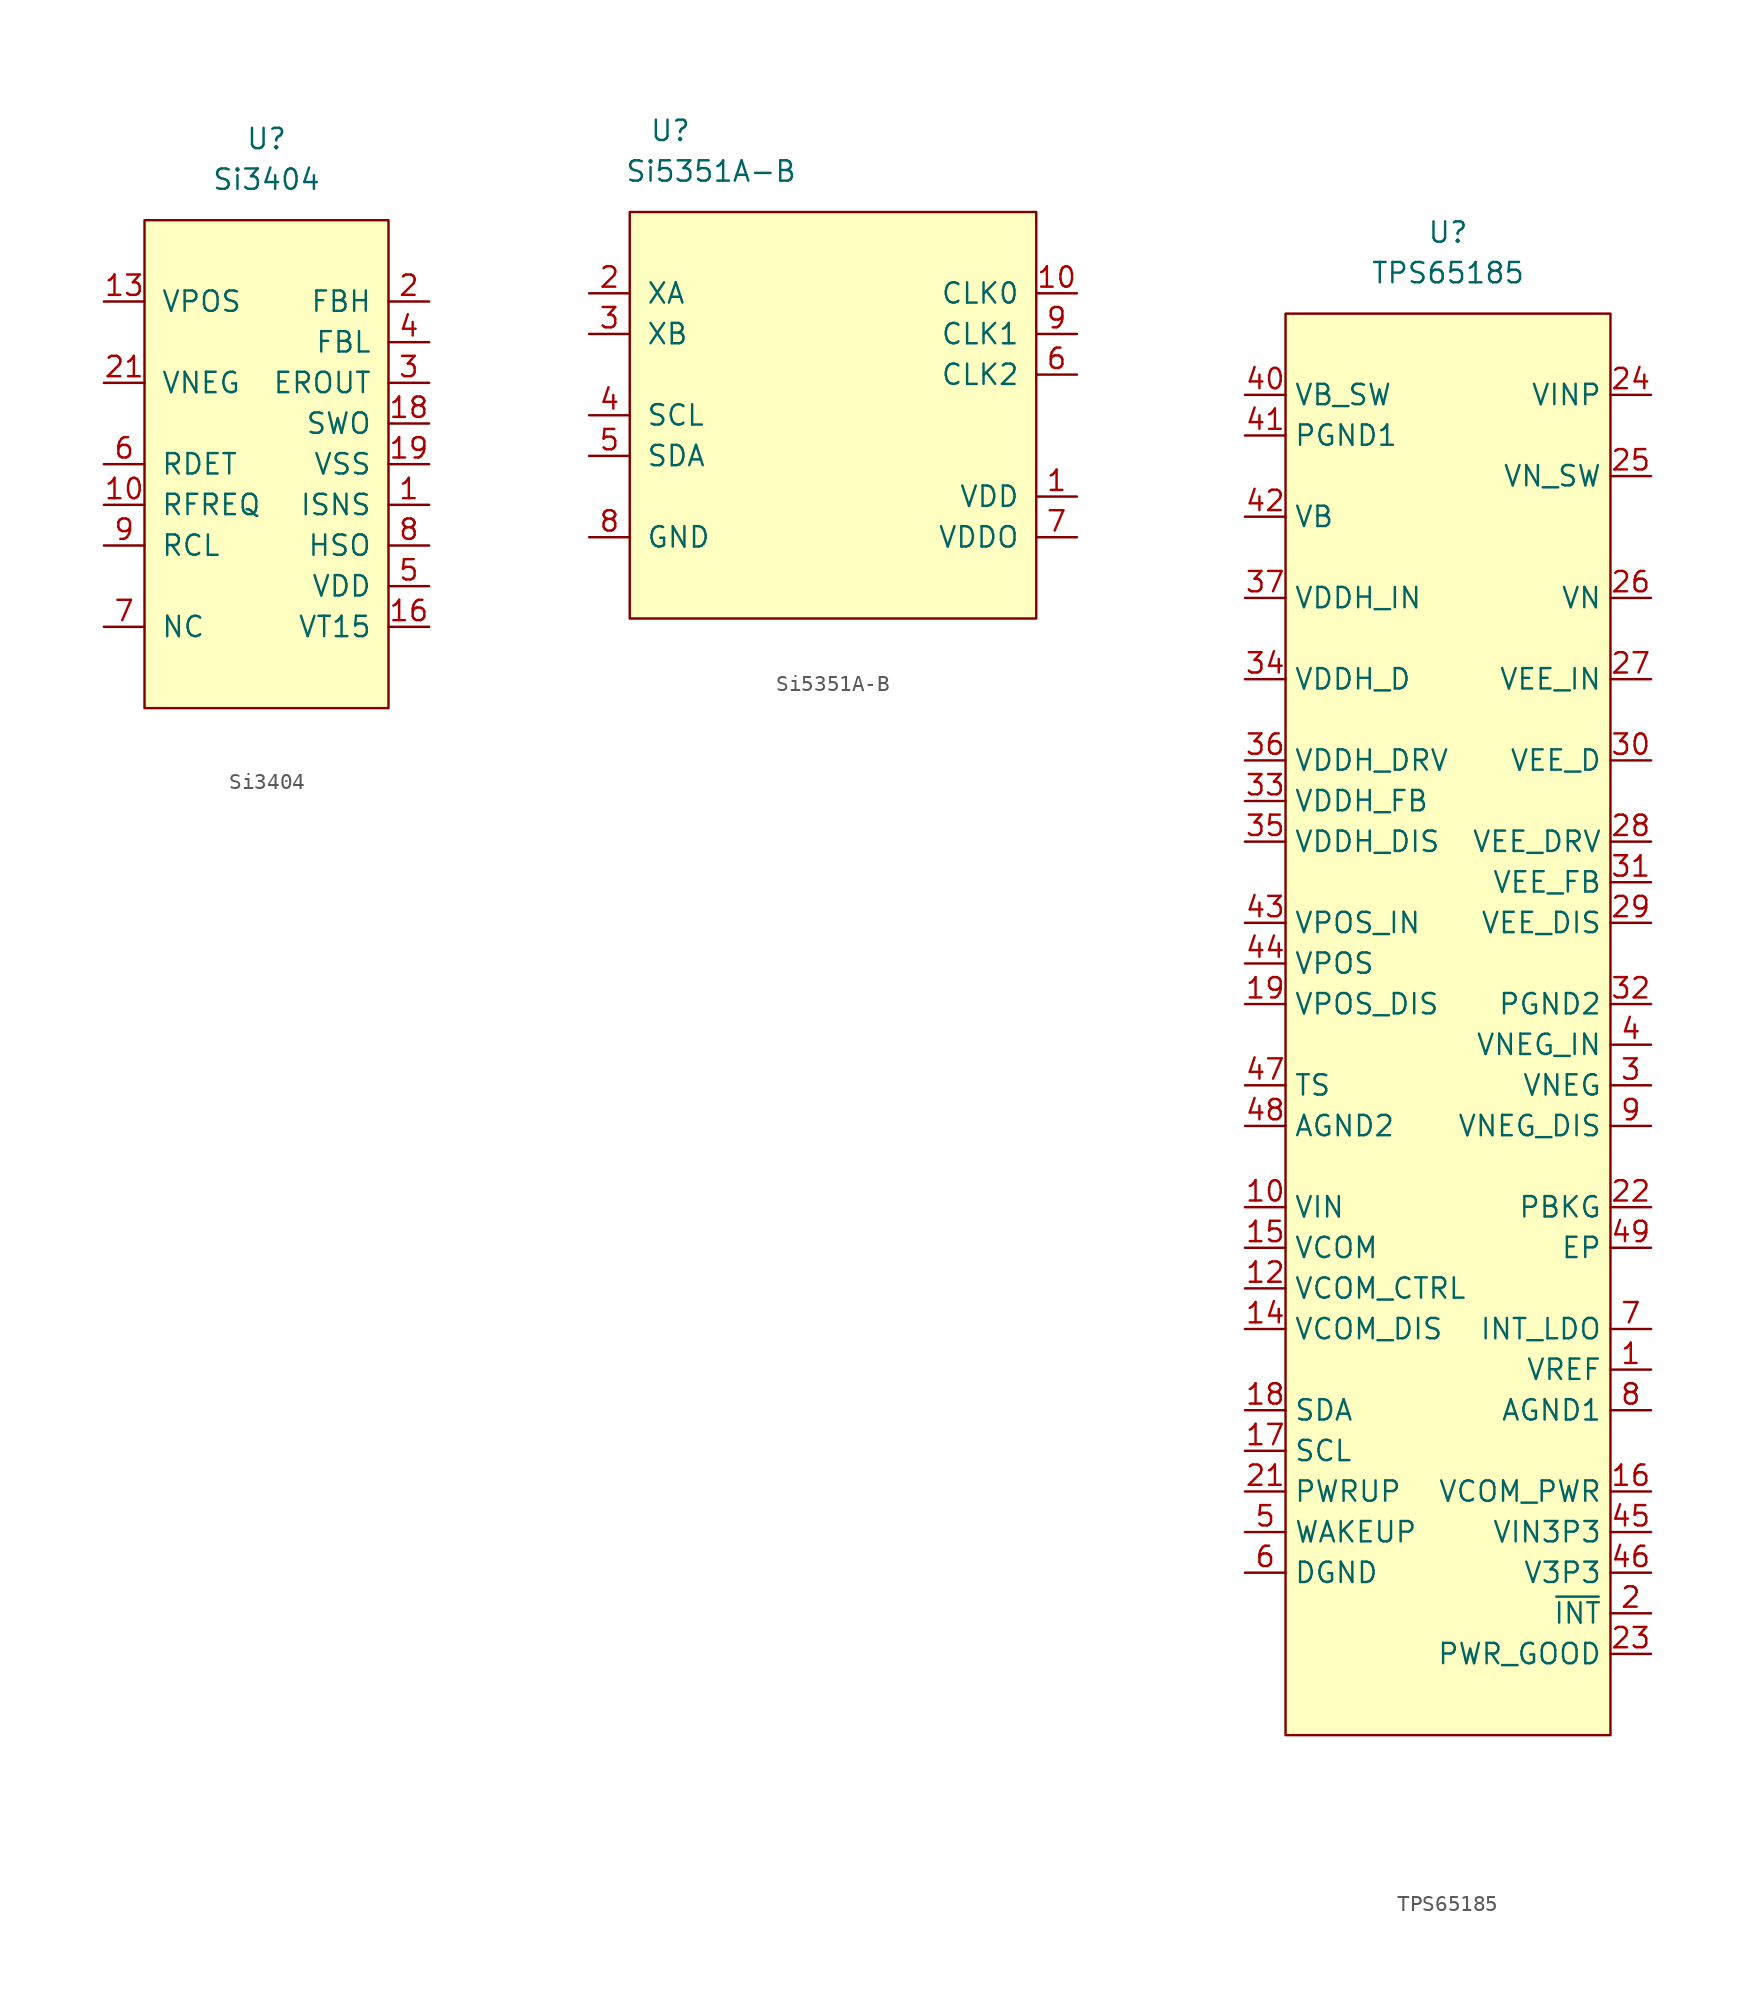
<source format=kicad_sym>
(kicad_symbol_lib
  (version 20211014)
  (generator kicad_symbol_editor)
  (symbol "Si3404"
    (pin_names
      (offset 1.016))
    (property "Reference" "U"
      (at 0 5.08 0)
      (effects (font (size 1.27 1.27))))
    (property "Value" "Si3404"
      (at 0 2.54 0)
      (effects (font (size 1.27 1.27))))
    (symbol "Si3404_0_1"
      (rectangle (start -7.62 0) (end 7.62 -30.48) (stroke (width 0) (type default) (color 0 0 0 0)) (fill (type background))))
    (symbol "Si3404_1_1"
      (pin input line (at 10.16 -17.78 180) (length 2.54) (name "ISNS" (effects (font (size 1.27 1.27)))) (number "1" (effects (font (size 1.27 1.27)))))
      (pin bidirectional line (at -10.16 -17.78 0) (length 2.54) (name "RFREQ" (effects (font (size 1.27 1.27)))) (number "10" (effects (font (size 1.27 1.27)))))
      (pin bidirectional line (at -10.16 -25.4 0) (length 2.54) hide (name "NC" (effects (font (size 1.27 1.27)))) (number "11" (effects (font (size 1.27 1.27)))))
      (pin bidirectional line (at -10.16 -25.4 0) (length 2.54) hide (name "NC" (effects (font (size 1.27 1.27)))) (number "12" (effects (font (size 1.27 1.27)))))
      (pin bidirectional line (at -10.16 -5.08 0) (length 2.54) (name "VPOS" (effects (font (size 1.27 1.27)))) (number "13" (effects (font (size 1.27 1.27)))))
      (pin bidirectional line (at -10.16 -25.4 0) (length 2.54) hide (name "NC" (effects (font (size 1.27 1.27)))) (number "14" (effects (font (size 1.27 1.27)))))
      (pin bidirectional line (at -10.16 -25.4 0) (length 2.54) hide (name "NC" (effects (font (size 1.27 1.27)))) (number "15" (effects (font (size 1.27 1.27)))))
      (pin input line (at 10.16 -25.4 180) (length 2.54) (name "VT15" (effects (font (size 1.27 1.27)))) (number "16" (effects (font (size 1.27 1.27)))))
      (pin bidirectional line (at -10.16 -25.4 0) (length 2.54) hide (name "NC" (effects (font (size 1.27 1.27)))) (number "17" (effects (font (size 1.27 1.27)))))
      (pin output line (at 10.16 -12.7 180) (length 2.54) (name "SWO" (effects (font (size 1.27 1.27)))) (number "18" (effects (font (size 1.27 1.27)))))
      (pin bidirectional line (at 10.16 -15.24 180) (length 2.54) (name "VSS" (effects (font (size 1.27 1.27)))) (number "19" (effects (font (size 1.27 1.27)))))
      (pin input line (at 10.16 -5.08 180) (length 2.54) (name "FBH" (effects (font (size 1.27 1.27)))) (number "2" (effects (font (size 1.27 1.27)))))
      (pin bidirectional line (at -10.16 -25.4 0) (length 2.54) hide (name "NC" (effects (font (size 1.27 1.27)))) (number "20" (effects (font (size 1.27 1.27)))))
      (pin bidirectional line (at -10.16 -10.16 0) (length 2.54) (name "VNEG" (effects (font (size 1.27 1.27)))) (number "21" (effects (font (size 1.27 1.27)))))
      (pin bidirectional line (at 10.16 -10.16 180) (length 2.54) (name "EROUT" (effects (font (size 1.27 1.27)))) (number "3" (effects (font (size 1.27 1.27)))))
      (pin input line (at 10.16 -7.62 180) (length 2.54) (name "FBL" (effects (font (size 1.27 1.27)))) (number "4" (effects (font (size 1.27 1.27)))))
      (pin output line (at 10.16 -22.86 180) (length 2.54) (name "VDD" (effects (font (size 1.27 1.27)))) (number "5" (effects (font (size 1.27 1.27)))))
      (pin bidirectional line (at -10.16 -15.24 0) (length 2.54) (name "RDET" (effects (font (size 1.27 1.27)))) (number "6" (effects (font (size 1.27 1.27)))))
      (pin bidirectional line (at -10.16 -25.4 0) (length 2.54) (name "NC" (effects (font (size 1.27 1.27)))) (number "7" (effects (font (size 1.27 1.27)))))
      (pin bidirectional line (at 10.16 -20.32 180) (length 2.54) (name "HSO" (effects (font (size 1.27 1.27)))) (number "8" (effects (font (size 1.27 1.27)))))
      (pin bidirectional line (at -10.16 -20.32 0) (length 2.54) (name "RCL" (effects (font (size 1.27 1.27)))) (number "9" (effects (font (size 1.27 1.27)))))))
  (symbol "Si5351A-B"
    (pin_names
      (offset 1.016))
    (property "Reference" "U"
      (at -10.16 17.78 0)
      (effects (font (size 1.27 1.27))))
    (property "Value" "Si5351A-B"
      (at -7.62 15.24 0)
      (effects (font (size 1.27 1.27))))
    (symbol "Si5351A-B_0_1"
      (rectangle (start -12.7 12.7) (end 12.7 -12.7) (stroke (width 0) (type default) (color 0 0 0 0)) (fill (type background))))
    (symbol "Si5351A-B_1_1"
      (pin power_in line (at 15.24 -5.08 180) (length 2.54) (name "VDD" (effects (font (size 1.27 1.27)))) (number "1" (effects (font (size 1.27 1.27)))))
      (pin output line (at 15.24 7.62 180) (length 2.54) (name "CLK0" (effects (font (size 1.27 1.27)))) (number "10" (effects (font (size 1.27 1.27)))))
      (pin input line (at -15.24 7.62 0) (length 2.54) (name "XA" (effects (font (size 1.27 1.27)))) (number "2" (effects (font (size 1.27 1.27)))))
      (pin input line (at -15.24 5.08 0) (length 2.54) (name "XB" (effects (font (size 1.27 1.27)))) (number "3" (effects (font (size 1.27 1.27)))))
      (pin input line (at -15.24 0 0) (length 2.54) (name "SCL" (effects (font (size 1.27 1.27)))) (number "4" (effects (font (size 1.27 1.27)))))
      (pin bidirectional line (at -15.24 -2.54 0) (length 2.54) (name "SDA" (effects (font (size 1.27 1.27)))) (number "5" (effects (font (size 1.27 1.27)))))
      (pin output line (at 15.24 2.54 180) (length 2.54) (name "CLK2" (effects (font (size 1.27 1.27)))) (number "6" (effects (font (size 1.27 1.27)))))
      (pin power_in line (at 15.24 -7.62 180) (length 2.54) (name "VDDO" (effects (font (size 1.27 1.27)))) (number "7" (effects (font (size 1.27 1.27)))))
      (pin power_in line (at -15.24 -7.62 0) (length 2.54) (name "GND" (effects (font (size 1.27 1.27)))) (number "8" (effects (font (size 1.27 1.27)))))
      (pin output line (at 15.24 5.08 180) (length 2.54) (name "CLK1" (effects (font (size 1.27 1.27)))) (number "9" (effects (font (size 1.27 1.27)))))))
  (symbol "TPS65185"
    (property "Reference" "U"
      (at 0 0 0)
      (effects (font (size 1.27 1.27))))
    (property "Value" "TPS65185"
      (at 0 -2.54 0)
      (effects (font (size 1.27 1.27))))
    (symbol "TPS65185_0_1"
      (rectangle (start -10.16 -5.08) (end 10.16 -93.98) (stroke (width 0.152) (type default) (color 0 0 0 0)) (fill (type background))))
    (symbol "TPS65185_1_1"
      (pin input line (at 12.7 -71.12 180) (length 2.54) (name "VREF" (effects (font (size 1.27 1.27)))) (number "1" (effects (font (size 1.27 1.27)))))
      (pin input line (at -12.7 -60.96 0) (length 2.54) (name "VIN" (effects (font (size 1.27 1.27)))) (number "10" (effects (font (size 1.27 1.27)))))
      (pin input line (at -12.7 -88.9 0) (length 2.54) hide (name "NC" (effects (font (size 1.27 1.27)))) (number "11" (effects (font (size 1.27 1.27)))))
      (pin input line (at -12.7 -66.04 0) (length 2.54) (name "VCOM_CTRL" (effects (font (size 1.27 1.27)))) (number "12" (effects (font (size 1.27 1.27)))))
      (pin input line (at -12.7 -88.9 0) (length 2.54) hide (name "NC" (effects (font (size 1.27 1.27)))) (number "13" (effects (font (size 1.27 1.27)))))
      (pin input line (at -12.7 -68.58 0) (length 2.54) (name "VCOM_DIS" (effects (font (size 1.27 1.27)))) (number "14" (effects (font (size 1.27 1.27)))))
      (pin input line (at -12.7 -63.5 0) (length 2.54) (name "VCOM" (effects (font (size 1.27 1.27)))) (number "15" (effects (font (size 1.27 1.27)))))
      (pin input line (at 12.7 -78.74 180) (length 2.54) (name "VCOM_PWR" (effects (font (size 1.27 1.27)))) (number "16" (effects (font (size 1.27 1.27)))))
      (pin input line (at -12.7 -76.2 0) (length 2.54) (name "SCL" (effects (font (size 1.27 1.27)))) (number "17" (effects (font (size 1.27 1.27)))))
      (pin input line (at -12.7 -73.66 0) (length 2.54) (name "SDA" (effects (font (size 1.27 1.27)))) (number "18" (effects (font (size 1.27 1.27)))))
      (pin input line (at -12.7 -48.26 0) (length 2.54) (name "VPOS_DIS" (effects (font (size 1.27 1.27)))) (number "19" (effects (font (size 1.27 1.27)))))
      (pin input line (at 12.7 -86.36 180) (length 2.54) (name "~{INT}" (effects (font (size 1.27 1.27)))) (number "2" (effects (font (size 1.27 1.27)))))
      (pin input line (at -12.7 -88.9 0) (length 2.54) hide (name "NC" (effects (font (size 1.27 1.27)))) (number "20" (effects (font (size 1.27 1.27)))))
      (pin input line (at -12.7 -78.74 0) (length 2.54) (name "PWRUP" (effects (font (size 1.27 1.27)))) (number "21" (effects (font (size 1.27 1.27)))))
      (pin input line (at 12.7 -60.96 180) (length 2.54) (name "PBKG" (effects (font (size 1.27 1.27)))) (number "22" (effects (font (size 1.27 1.27)))))
      (pin input line (at 12.7 -88.9 180) (length 2.54) (name "PWR_GOOD" (effects (font (size 1.27 1.27)))) (number "23" (effects (font (size 1.27 1.27)))))
      (pin input line (at 12.7 -10.16 180) (length 2.54) (name "VINP" (effects (font (size 1.27 1.27)))) (number "24" (effects (font (size 1.27 1.27)))))
      (pin input line (at 12.7 -15.24 180) (length 2.54) (name "VN_SW" (effects (font (size 1.27 1.27)))) (number "25" (effects (font (size 1.27 1.27)))))
      (pin input line (at 12.7 -22.86 180) (length 2.54) (name "VN" (effects (font (size 1.27 1.27)))) (number "26" (effects (font (size 1.27 1.27)))))
      (pin input line (at 12.7 -27.94 180) (length 2.54) (name "VEE_IN" (effects (font (size 1.27 1.27)))) (number "27" (effects (font (size 1.27 1.27)))))
      (pin input line (at 12.7 -38.1 180) (length 2.54) (name "VEE_DRV" (effects (font (size 1.27 1.27)))) (number "28" (effects (font (size 1.27 1.27)))))
      (pin input line (at 12.7 -43.18 180) (length 2.54) (name "VEE_DIS" (effects (font (size 1.27 1.27)))) (number "29" (effects (font (size 1.27 1.27)))))
      (pin input line (at 12.7 -53.34 180) (length 2.54) (name "VNEG" (effects (font (size 1.27 1.27)))) (number "3" (effects (font (size 1.27 1.27)))))
      (pin input line (at 12.7 -33.02 180) (length 2.54) (name "VEE_D" (effects (font (size 1.27 1.27)))) (number "30" (effects (font (size 1.27 1.27)))))
      (pin input line (at 12.7 -40.64 180) (length 2.54) (name "VEE_FB" (effects (font (size 1.27 1.27)))) (number "31" (effects (font (size 1.27 1.27)))))
      (pin input line (at 12.7 -48.26 180) (length 2.54) (name "PGND2" (effects (font (size 1.27 1.27)))) (number "32" (effects (font (size 1.27 1.27)))))
      (pin input line (at -12.7 -35.56 0) (length 2.54) (name "VDDH_FB" (effects (font (size 1.27 1.27)))) (number "33" (effects (font (size 1.27 1.27)))))
      (pin input line (at -12.7 -27.94 0) (length 2.54) (name "VDDH_D" (effects (font (size 1.27 1.27)))) (number "34" (effects (font (size 1.27 1.27)))))
      (pin input line (at -12.7 -38.1 0) (length 2.54) (name "VDDH_DIS" (effects (font (size 1.27 1.27)))) (number "35" (effects (font (size 1.27 1.27)))))
      (pin input line (at -12.7 -33.02 0) (length 2.54) (name "VDDH_DRV" (effects (font (size 1.27 1.27)))) (number "36" (effects (font (size 1.27 1.27)))))
      (pin input line (at -12.7 -22.86 0) (length 2.54) (name "VDDH_IN" (effects (font (size 1.27 1.27)))) (number "37" (effects (font (size 1.27 1.27)))))
      (pin input line (at -12.7 -88.9 0) (length 2.54) hide (name "NC" (effects (font (size 1.27 1.27)))) (number "38" (effects (font (size 1.27 1.27)))))
      (pin input line (at -12.7 -88.9 0) (length 2.54) hide (name "NC" (effects (font (size 1.27 1.27)))) (number "39" (effects (font (size 1.27 1.27)))))
      (pin input line (at 12.7 -50.8 180) (length 2.54) (name "VNEG_IN" (effects (font (size 1.27 1.27)))) (number "4" (effects (font (size 1.27 1.27)))))
      (pin input line (at -12.7 -10.16 0) (length 2.54) (name "VB_SW" (effects (font (size 1.27 1.27)))) (number "40" (effects (font (size 1.27 1.27)))))
      (pin input line (at -12.7 -12.7 0) (length 2.54) (name "PGND1" (effects (font (size 1.27 1.27)))) (number "41" (effects (font (size 1.27 1.27)))))
      (pin input line (at -12.7 -17.78 0) (length 2.54) (name "VB" (effects (font (size 1.27 1.27)))) (number "42" (effects (font (size 1.27 1.27)))))
      (pin input line (at -12.7 -43.18 0) (length 2.54) (name "VPOS_IN" (effects (font (size 1.27 1.27)))) (number "43" (effects (font (size 1.27 1.27)))))
      (pin input line (at -12.7 -45.72 0) (length 2.54) (name "VPOS" (effects (font (size 1.27 1.27)))) (number "44" (effects (font (size 1.27 1.27)))))
      (pin input line (at 12.7 -81.28 180) (length 2.54) (name "VIN3P3" (effects (font (size 1.27 1.27)))) (number "45" (effects (font (size 1.27 1.27)))))
      (pin input line (at 12.7 -83.82 180) (length 2.54) (name "V3P3" (effects (font (size 1.27 1.27)))) (number "46" (effects (font (size 1.27 1.27)))))
      (pin input line (at -12.7 -53.34 0) (length 2.54) (name "TS" (effects (font (size 1.27 1.27)))) (number "47" (effects (font (size 1.27 1.27)))))
      (pin input line (at -12.7 -55.88 0) (length 2.54) (name "AGND2" (effects (font (size 1.27 1.27)))) (number "48" (effects (font (size 1.27 1.27)))))
      (pin input line (at 12.7 -63.5 180) (length 2.54) (name "EP" (effects (font (size 1.27 1.27)))) (number "49" (effects (font (size 1.27 1.27)))))
      (pin input line (at -12.7 -81.28 0) (length 2.54) (name "WAKEUP" (effects (font (size 1.27 1.27)))) (number "5" (effects (font (size 1.27 1.27)))))
      (pin input line (at -12.7 -83.82 0) (length 2.54) (name "DGND" (effects (font (size 1.27 1.27)))) (number "6" (effects (font (size 1.27 1.27)))))
      (pin input line (at 12.7 -68.58 180) (length 2.54) (name "INT_LDO" (effects (font (size 1.27 1.27)))) (number "7" (effects (font (size 1.27 1.27)))))
      (pin input line (at 12.7 -73.66 180) (length 2.54) (name "AGND1" (effects (font (size 1.27 1.27)))) (number "8" (effects (font (size 1.27 1.27)))))
      (pin input line (at 12.7 -55.88 180) (length 2.54) (name "VNEG_DIS" (effects (font (size 1.27 1.27)))) (number "9" (effects (font (size 1.27 1.27))))))))
</source>
